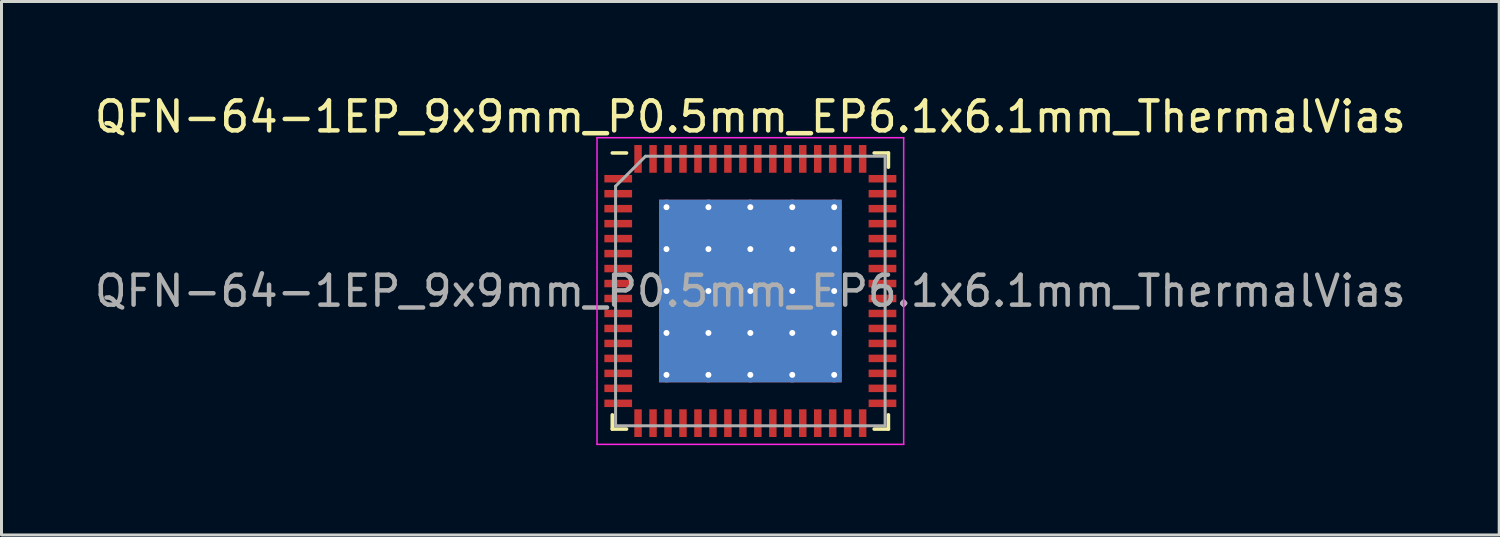
<source format=kicad_pcb>
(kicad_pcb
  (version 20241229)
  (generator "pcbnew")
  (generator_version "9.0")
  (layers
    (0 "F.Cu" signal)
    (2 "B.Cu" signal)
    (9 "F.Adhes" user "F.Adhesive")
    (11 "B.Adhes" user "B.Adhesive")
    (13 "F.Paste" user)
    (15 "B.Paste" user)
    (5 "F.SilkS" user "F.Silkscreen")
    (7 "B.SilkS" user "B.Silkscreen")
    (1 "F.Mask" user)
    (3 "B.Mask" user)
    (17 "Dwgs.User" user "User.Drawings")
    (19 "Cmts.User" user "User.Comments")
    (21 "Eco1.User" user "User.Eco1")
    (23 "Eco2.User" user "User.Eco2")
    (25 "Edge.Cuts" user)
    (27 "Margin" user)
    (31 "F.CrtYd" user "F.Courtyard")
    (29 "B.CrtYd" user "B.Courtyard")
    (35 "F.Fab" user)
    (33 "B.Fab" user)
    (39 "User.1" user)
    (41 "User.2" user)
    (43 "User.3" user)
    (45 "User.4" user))
  (footprint "QFN-64-1EP_9x9mm_P0.5mm_EP6.1x6.1mm_ThermalVias"
    (layer "F.Cu")
    (at 22.006 6.668)
    (property "Reference" "QFN-64-1EP_9x9mm_P0.5mm_EP6.1x6.1mm_ThermalVias" (at 0 -5.82 0) (layer "F.SilkS") (effects (font (size 1 1) (thickness 0.15))))
    (attr smd)
    (fp_line (start -4.61 4.61) (end -4.61 4.135) (stroke (width 0.12) (type solid)) (layer "F.SilkS"))
    (fp_line (start -4.135 -4.61) (end -4.61 -4.61) (stroke (width 0.12) (type solid)) (layer "F.SilkS"))
    (fp_line (start -4.135 4.61) (end -4.61 4.61) (stroke (width 0.12) (type solid)) (layer "F.SilkS"))
    (fp_line (start 4.135 -4.61) (end 4.61 -4.61) (stroke (width 0.12) (type solid)) (layer "F.SilkS"))
    (fp_line (start 4.135 4.61) (end 4.61 4.61) (stroke (width 0.12) (type solid)) (layer "F.SilkS"))
    (fp_line (start 4.61 -4.61) (end 4.61 -4.135) (stroke (width 0.12) (type solid)) (layer "F.SilkS"))
    (fp_line (start 4.61 4.61) (end 4.61 4.135) (stroke (width 0.12) (type solid)) (layer "F.SilkS"))
    (fp_line (start -5.12 -5.12) (end -5.12 5.12) (stroke (width 0.05) (type solid)) (layer "F.CrtYd"))
    (fp_line (start -5.12 5.12) (end 5.12 5.12) (stroke (width 0.05) (type solid)) (layer "F.CrtYd"))
    (fp_line (start 5.12 -5.12) (end -5.12 -5.12) (stroke (width 0.05) (type solid)) (layer "F.CrtYd"))
    (fp_line (start 5.12 5.12) (end 5.12 -5.12) (stroke (width 0.05) (type solid)) (layer "F.CrtYd"))
    (fp_line (start -4.5 -3.5) (end -3.5 -4.5) (stroke (width 0.1) (type solid)) (layer "F.Fab"))
    (fp_line (start -4.5 4.5) (end -4.5 -3.5) (stroke (width 0.1) (type solid)) (layer "F.Fab"))
    (fp_line (start -3.5 -4.5) (end 4.5 -4.5) (stroke (width 0.1) (type solid)) (layer "F.Fab"))
    (fp_line (start 4.5 -4.5) (end 4.5 4.5) (stroke (width 0.1) (type solid)) (layer "F.Fab"))
    (fp_line (start 4.5 4.5) (end -4.5 4.5) (stroke (width 0.1) (type solid)) (layer "F.Fab"))
    (fp_text user "${REFERENCE}" (at 0 0 0) (layer "F.Fab") (effects (font (size 1 1) (thickness 0.15))))
    (pad "" smd custom (at -2.1 -2.1) (size 1.15 1.15) (layers "F.Paste") (options (anchor circle)) (primitives (gr_poly (pts (xy -0.615 -0.502) (xy -0.502 -0.615) (xy 0.502 -0.615) (xy 0.615 -0.502) (xy 0.615 0.502) (xy 0.502 0.615) (xy -0.502 0.615) (xy -0.615 0.502)) (width 0) (fill yes))))
    (pad "" smd custom (at -2.1 -0.7) (size 1.15 1.15) (layers "F.Paste") (options (anchor circle)) (primitives (gr_poly (pts (xy -0.615 -0.502) (xy -0.502 -0.615) (xy 0.502 -0.615) (xy 0.615 -0.502) (xy 0.615 0.502) (xy 0.502 0.615) (xy -0.502 0.615) (xy -0.615 0.502)) (width 0) (fill yes))))
    (pad "" smd custom (at -2.1 0.7) (size 1.15 1.15) (layers "F.Paste") (options (anchor circle)) (primitives (gr_poly (pts (xy -0.615 -0.502) (xy -0.502 -0.615) (xy 0.502 -0.615) (xy 0.615 -0.502) (xy 0.615 0.502) (xy 0.502 0.615) (xy -0.502 0.615) (xy -0.615 0.502)) (width 0) (fill yes))))
    (pad "" smd custom (at -2.1 2.1) (size 1.15 1.15) (layers "F.Paste") (options (anchor circle)) (primitives (gr_poly (pts (xy -0.615 -0.502) (xy -0.502 -0.615) (xy 0.502 -0.615) (xy 0.615 -0.502) (xy 0.615 0.502) (xy 0.502 0.615) (xy -0.502 0.615) (xy -0.615 0.502)) (width 0) (fill yes))))
    (pad "" smd custom (at -0.7 -2.1) (size 1.15 1.15) (layers "F.Paste") (options (anchor circle)) (primitives (gr_poly (pts (xy -0.615 -0.502) (xy -0.502 -0.615) (xy 0.502 -0.615) (xy 0.615 -0.502) (xy 0.615 0.502) (xy 0.502 0.615) (xy -0.502 0.615) (xy -0.615 0.502)) (width 0) (fill yes))))
    (pad "" smd custom (at -0.7 -0.7) (size 1.15 1.15) (layers "F.Paste") (options (anchor circle)) (primitives (gr_poly (pts (xy -0.615 -0.502) (xy -0.502 -0.615) (xy 0.502 -0.615) (xy 0.615 -0.502) (xy 0.615 0.502) (xy 0.502 0.615) (xy -0.502 0.615) (xy -0.615 0.502)) (width 0) (fill yes))))
    (pad "" smd custom (at -0.7 0.7) (size 1.15 1.15) (layers "F.Paste") (options (anchor circle)) (primitives (gr_poly (pts (xy -0.615 -0.502) (xy -0.502 -0.615) (xy 0.502 -0.615) (xy 0.615 -0.502) (xy 0.615 0.502) (xy 0.502 0.615) (xy -0.502 0.615) (xy -0.615 0.502)) (width 0) (fill yes))))
    (pad "" smd custom (at -0.7 2.1) (size 1.15 1.15) (layers "F.Paste") (options (anchor circle)) (primitives (gr_poly (pts (xy -0.615 -0.502) (xy -0.502 -0.615) (xy 0.502 -0.615) (xy 0.615 -0.502) (xy 0.615 0.502) (xy 0.502 0.615) (xy -0.502 0.615) (xy -0.615 0.502)) (width 0) (fill yes))))
    (pad "" smd custom (at 0.7 -2.1) (size 1.15 1.15) (layers "F.Paste") (options (anchor circle)) (primitives (gr_poly (pts (xy -0.615 -0.502) (xy -0.502 -0.615) (xy 0.502 -0.615) (xy 0.615 -0.502) (xy 0.615 0.502) (xy 0.502 0.615) (xy -0.502 0.615) (xy -0.615 0.502)) (width 0) (fill yes))))
    (pad "" smd custom (at 0.7 -0.7) (size 1.15 1.15) (layers "F.Paste") (options (anchor circle)) (primitives (gr_poly (pts (xy -0.615 -0.502) (xy -0.502 -0.615) (xy 0.502 -0.615) (xy 0.615 -0.502) (xy 0.615 0.502) (xy 0.502 0.615) (xy -0.502 0.615) (xy -0.615 0.502)) (width 0) (fill yes))))
    (pad "" smd custom (at 0.7 0.7) (size 1.15 1.15) (layers "F.Paste") (options (anchor circle)) (primitives (gr_poly (pts (xy -0.615 -0.502) (xy -0.502 -0.615) (xy 0.502 -0.615) (xy 0.615 -0.502) (xy 0.615 0.502) (xy 0.502 0.615) (xy -0.502 0.615) (xy -0.615 0.502)) (width 0) (fill yes))))
    (pad "" smd custom (at 0.7 2.1) (size 1.15 1.15) (layers "F.Paste") (options (anchor circle)) (primitives (gr_poly (pts (xy -0.615 -0.502) (xy -0.502 -0.615) (xy 0.502 -0.615) (xy 0.615 -0.502) (xy 0.615 0.502) (xy 0.502 0.615) (xy -0.502 0.615) (xy -0.615 0.502)) (width 0) (fill yes))))
    (pad "" smd custom (at 2.1 -2.1) (size 1.15 1.15) (layers "F.Paste") (options (anchor circle)) (primitives (gr_poly (pts (xy -0.615 -0.502) (xy -0.502 -0.615) (xy 0.502 -0.615) (xy 0.615 -0.502) (xy 0.615 0.502) (xy 0.502 0.615) (xy -0.502 0.615) (xy -0.615 0.502)) (width 0) (fill yes))))
    (pad "" smd custom (at 2.1 -0.7) (size 1.15 1.15) (layers "F.Paste") (options (anchor circle)) (primitives (gr_poly (pts (xy -0.615 -0.502) (xy -0.502 -0.615) (xy 0.502 -0.615) (xy 0.615 -0.502) (xy 0.615 0.502) (xy 0.502 0.615) (xy -0.502 0.615) (xy -0.615 0.502)) (width 0) (fill yes))))
    (pad "" smd custom (at 2.1 0.7) (size 1.15 1.15) (layers "F.Paste") (options (anchor circle)) (primitives (gr_poly (pts (xy -0.615 -0.502) (xy -0.502 -0.615) (xy 0.502 -0.615) (xy 0.615 -0.502) (xy 0.615 0.502) (xy 0.502 0.615) (xy -0.502 0.615) (xy -0.615 0.502)) (width 0) (fill yes))))
    (pad "" smd custom (at 2.1 2.1) (size 1.15 1.15) (layers "F.Paste") (options (anchor circle)) (primitives (gr_poly (pts (xy -0.615 -0.502) (xy -0.502 -0.615) (xy 0.502 -0.615) (xy 0.615 -0.502) (xy 0.615 0.502) (xy 0.502 0.615) (xy -0.502 0.615) (xy -0.615 0.502)) (width 0) (fill yes))))
    (pad "1" smd rect (at -4.412 -3.75) (size 0.925 0.25) (layers "F.Cu" "F.Mask" "F.Paste"))
    (pad "2" smd rect (at -4.412 -3.25) (size 0.925 0.25) (layers "F.Cu" "F.Mask" "F.Paste"))
    (pad "3" smd rect (at -4.412 -2.75) (size 0.925 0.25) (layers "F.Cu" "F.Mask" "F.Paste"))
    (pad "4" smd rect (at -4.412 -2.25) (size 0.925 0.25) (layers "F.Cu" "F.Mask" "F.Paste"))
    (pad "5" smd rect (at -4.412 -1.75) (size 0.925 0.25) (layers "F.Cu" "F.Mask" "F.Paste"))
    (pad "6" smd rect (at -4.412 -1.25) (size 0.925 0.25) (layers "F.Cu" "F.Mask" "F.Paste"))
    (pad "7" smd rect (at -4.412 -0.75) (size 0.925 0.25) (layers "F.Cu" "F.Mask" "F.Paste"))
    (pad "8" smd rect (at -4.412 -0.25) (size 0.925 0.25) (layers "F.Cu" "F.Mask" "F.Paste"))
    (pad "9" smd rect (at -4.412 0.25) (size 0.925 0.25) (layers "F.Cu" "F.Mask" "F.Paste"))
    (pad "10" smd rect (at -4.412 0.75) (size 0.925 0.25) (layers "F.Cu" "F.Mask" "F.Paste"))
    (pad "11" smd rect (at -4.412 1.25) (size 0.925 0.25) (layers "F.Cu" "F.Mask" "F.Paste"))
    (pad "12" smd rect (at -4.412 1.75) (size 0.925 0.25) (layers "F.Cu" "F.Mask" "F.Paste"))
    (pad "13" smd rect (at -4.412 2.25) (size 0.925 0.25) (layers "F.Cu" "F.Mask" "F.Paste"))
    (pad "14" smd rect (at -4.412 2.75) (size 0.925 0.25) (layers "F.Cu" "F.Mask" "F.Paste"))
    (pad "15" smd rect (at -4.412 3.25) (size 0.925 0.25) (layers "F.Cu" "F.Mask" "F.Paste"))
    (pad "16" smd rect (at -4.412 3.75) (size 0.925 0.25) (layers "F.Cu" "F.Mask" "F.Paste"))
    (pad "17" smd rect (at -3.75 4.412) (size 0.25 0.925) (layers "F.Cu" "F.Mask" "F.Paste"))
    (pad "18" smd rect (at -3.25 4.412) (size 0.25 0.925) (layers "F.Cu" "F.Mask" "F.Paste"))
    (pad "19" smd rect (at -2.75 4.412) (size 0.25 0.925) (layers "F.Cu" "F.Mask" "F.Paste"))
    (pad "20" smd rect (at -2.25 4.412) (size 0.25 0.925) (layers "F.Cu" "F.Mask" "F.Paste"))
    (pad "21" smd rect (at -1.75 4.412) (size 0.25 0.925) (layers "F.Cu" "F.Mask" "F.Paste"))
    (pad "22" smd rect (at -1.25 4.412) (size 0.25 0.925) (layers "F.Cu" "F.Mask" "F.Paste"))
    (pad "23" smd rect (at -0.75 4.412) (size 0.25 0.925) (layers "F.Cu" "F.Mask" "F.Paste"))
    (pad "24" smd rect (at -0.25 4.412) (size 0.25 0.925) (layers "F.Cu" "F.Mask" "F.Paste"))
    (pad "25" smd rect (at 0.25 4.412) (size 0.25 0.925) (layers "F.Cu" "F.Mask" "F.Paste"))
    (pad "26" smd rect (at 0.75 4.412) (size 0.25 0.925) (layers "F.Cu" "F.Mask" "F.Paste"))
    (pad "27" smd rect (at 1.25 4.412) (size 0.25 0.925) (layers "F.Cu" "F.Mask" "F.Paste"))
    (pad "28" smd rect (at 1.75 4.412) (size 0.25 0.925) (layers "F.Cu" "F.Mask" "F.Paste"))
    (pad "29" smd rect (at 2.25 4.412) (size 0.25 0.925) (layers "F.Cu" "F.Mask" "F.Paste"))
    (pad "30" smd rect (at 2.75 4.412) (size 0.25 0.925) (layers "F.Cu" "F.Mask" "F.Paste"))
    (pad "31" smd rect (at 3.25 4.412) (size 0.25 0.925) (layers "F.Cu" "F.Mask" "F.Paste"))
    (pad "32" smd rect (at 3.75 4.412) (size 0.25 0.925) (layers "F.Cu" "F.Mask" "F.Paste"))
    (pad "33" smd rect (at 4.412 3.75) (size 0.925 0.25) (layers "F.Cu" "F.Mask" "F.Paste"))
    (pad "34" smd rect (at 4.412 3.25) (size 0.925 0.25) (layers "F.Cu" "F.Mask" "F.Paste"))
    (pad "35" smd rect (at 4.412 2.75) (size 0.925 0.25) (layers "F.Cu" "F.Mask" "F.Paste"))
    (pad "36" smd rect (at 4.412 2.25) (size 0.925 0.25) (layers "F.Cu" "F.Mask" "F.Paste"))
    (pad "37" smd rect (at 4.412 1.75) (size 0.925 0.25) (layers "F.Cu" "F.Mask" "F.Paste"))
    (pad "38" smd rect (at 4.412 1.25) (size 0.925 0.25) (layers "F.Cu" "F.Mask" "F.Paste"))
    (pad "39" smd rect (at 4.412 0.75) (size 0.925 0.25) (layers "F.Cu" "F.Mask" "F.Paste"))
    (pad "40" smd rect (at 4.412 0.25) (size 0.925 0.25) (layers "F.Cu" "F.Mask" "F.Paste"))
    (pad "41" smd rect (at 4.412 -0.25) (size 0.925 0.25) (layers "F.Cu" "F.Mask" "F.Paste"))
    (pad "42" smd rect (at 4.412 -0.75) (size 0.925 0.25) (layers "F.Cu" "F.Mask" "F.Paste"))
    (pad "43" smd rect (at 4.412 -1.25) (size 0.925 0.25) (layers "F.Cu" "F.Mask" "F.Paste"))
    (pad "44" smd rect (at 4.412 -1.75) (size 0.925 0.25) (layers "F.Cu" "F.Mask" "F.Paste"))
    (pad "45" smd rect (at 4.412 -2.25) (size 0.925 0.25) (layers "F.Cu" "F.Mask" "F.Paste"))
    (pad "46" smd rect (at 4.412 -2.75) (size 0.925 0.25) (layers "F.Cu" "F.Mask" "F.Paste"))
    (pad "47" smd rect (at 4.412 -3.25) (size 0.925 0.25) (layers "F.Cu" "F.Mask" "F.Paste"))
    (pad "48" smd rect (at 4.412 -3.75) (size 0.925 0.25) (layers "F.Cu" "F.Mask" "F.Paste"))
    (pad "49" smd rect (at 3.75 -4.412) (size 0.25 0.925) (layers "F.Cu" "F.Mask" "F.Paste"))
    (pad "50" smd rect (at 3.25 -4.412) (size 0.25 0.925) (layers "F.Cu" "F.Mask" "F.Paste"))
    (pad "51" smd rect (at 2.75 -4.412) (size 0.25 0.925) (layers "F.Cu" "F.Mask" "F.Paste"))
    (pad "52" smd rect (at 2.25 -4.412) (size 0.25 0.925) (layers "F.Cu" "F.Mask" "F.Paste"))
    (pad "53" smd rect (at 1.75 -4.412) (size 0.25 0.925) (layers "F.Cu" "F.Mask" "F.Paste"))
    (pad "54" smd rect (at 1.25 -4.412) (size 0.25 0.925) (layers "F.Cu" "F.Mask" "F.Paste"))
    (pad "55" smd rect (at 0.75 -4.412) (size 0.25 0.925) (layers "F.Cu" "F.Mask" "F.Paste"))
    (pad "56" smd rect (at 0.25 -4.412) (size 0.25 0.925) (layers "F.Cu" "F.Mask" "F.Paste"))
    (pad "57" smd rect (at -0.25 -4.412) (size 0.25 0.925) (layers "F.Cu" "F.Mask" "F.Paste"))
    (pad "58" smd rect (at -0.75 -4.412) (size 0.25 0.925) (layers "F.Cu" "F.Mask" "F.Paste"))
    (pad "59" smd rect (at -1.25 -4.412) (size 0.25 0.925) (layers "F.Cu" "F.Mask" "F.Paste"))
    (pad "60" smd rect (at -1.75 -4.412) (size 0.25 0.925) (layers "F.Cu" "F.Mask" "F.Paste"))
    (pad "61" smd rect (at -2.25 -4.412) (size 0.25 0.925) (layers "F.Cu" "F.Mask" "F.Paste"))
    (pad "62" smd rect (at -2.75 -4.412) (size 0.25 0.925) (layers "F.Cu" "F.Mask" "F.Paste"))
    (pad "63" smd rect (at -3.25 -4.412) (size 0.25 0.925) (layers "F.Cu" "F.Mask" "F.Paste"))
    (pad "64" smd rect (at -3.75 -4.412) (size 0.25 0.925) (layers "F.Cu" "F.Mask" "F.Paste"))
    (pad "65" thru_hole circle (at -2.8 -2.8) (size 0.5 0.5) (drill 0.2) (layers "*.Cu"))
    (pad "65" thru_hole circle (at -2.8 -1.4) (size 0.5 0.5) (drill 0.2) (layers "*.Cu"))
    (pad "65" thru_hole circle (at -2.8 0) (size 0.5 0.5) (drill 0.2) (layers "*.Cu"))
    (pad "65" thru_hole circle (at -2.8 1.4) (size 0.5 0.5) (drill 0.2) (layers "*.Cu"))
    (pad "65" thru_hole circle (at -2.8 2.8) (size 0.5 0.5) (drill 0.2) (layers "*.Cu"))
    (pad "65" thru_hole circle (at -1.4 -2.8) (size 0.5 0.5) (drill 0.2) (layers "*.Cu"))
    (pad "65" thru_hole circle (at -1.4 -1.4) (size 0.5 0.5) (drill 0.2) (layers "*.Cu"))
    (pad "65" thru_hole circle (at -1.4 0) (size 0.5 0.5) (drill 0.2) (layers "*.Cu"))
    (pad "65" thru_hole circle (at -1.4 1.4) (size 0.5 0.5) (drill 0.2) (layers "*.Cu"))
    (pad "65" thru_hole circle (at -1.4 2.8) (size 0.5 0.5) (drill 0.2) (layers "*.Cu"))
    (pad "65" thru_hole circle (at 0 -2.8) (size 0.5 0.5) (drill 0.2) (layers "*.Cu"))
    (pad "65" thru_hole circle (at 0 -1.4) (size 0.5 0.5) (drill 0.2) (layers "*.Cu"))
    (pad "65" thru_hole circle (at 0 0) (size 0.5 0.5) (drill 0.2) (layers "*.Cu"))
    (pad "65" smd rect (at 0 0) (size 6.1 6.1) (layers "F.Cu" "F.Mask"))
    (pad "65" smd rect (at 0 0) (size 6.1 6.1) (layers "B.Cu"))
    (pad "65" thru_hole circle (at 0 1.4) (size 0.5 0.5) (drill 0.2) (layers "*.Cu"))
    (pad "65" thru_hole circle (at 0 2.8) (size 0.5 0.5) (drill 0.2) (layers "*.Cu"))
    (pad "65" thru_hole circle (at 1.4 -2.8) (size 0.5 0.5) (drill 0.2) (layers "*.Cu"))
    (pad "65" thru_hole circle (at 1.4 -1.4) (size 0.5 0.5) (drill 0.2) (layers "*.Cu"))
    (pad "65" thru_hole circle (at 1.4 0) (size 0.5 0.5) (drill 0.2) (layers "*.Cu"))
    (pad "65" thru_hole circle (at 1.4 1.4) (size 0.5 0.5) (drill 0.2) (layers "*.Cu"))
    (pad "65" thru_hole circle (at 1.4 2.8) (size 0.5 0.5) (drill 0.2) (layers "*.Cu"))
    (pad "65" thru_hole circle (at 2.8 -2.8) (size 0.5 0.5) (drill 0.2) (layers "*.Cu"))
    (pad "65" thru_hole circle (at 2.8 -1.4) (size 0.5 0.5) (drill 0.2) (layers "*.Cu"))
    (pad "65" thru_hole circle (at 2.8 0) (size 0.5 0.5) (drill 0.2) (layers "*.Cu"))
    (pad "65" thru_hole circle (at 2.8 1.4) (size 0.5 0.5) (drill 0.2) (layers "*.Cu"))
    (pad "65" thru_hole circle (at 2.8 2.8) (size 0.5 0.5) (drill 0.2) (layers "*.Cu")))
  (gr_rect
    (start -3 -3)
    (end 47.012 14.813)
    (stroke (width 0.1) (type default))
    (fill no)
    (layer "Edge.Cuts")))
</source>
